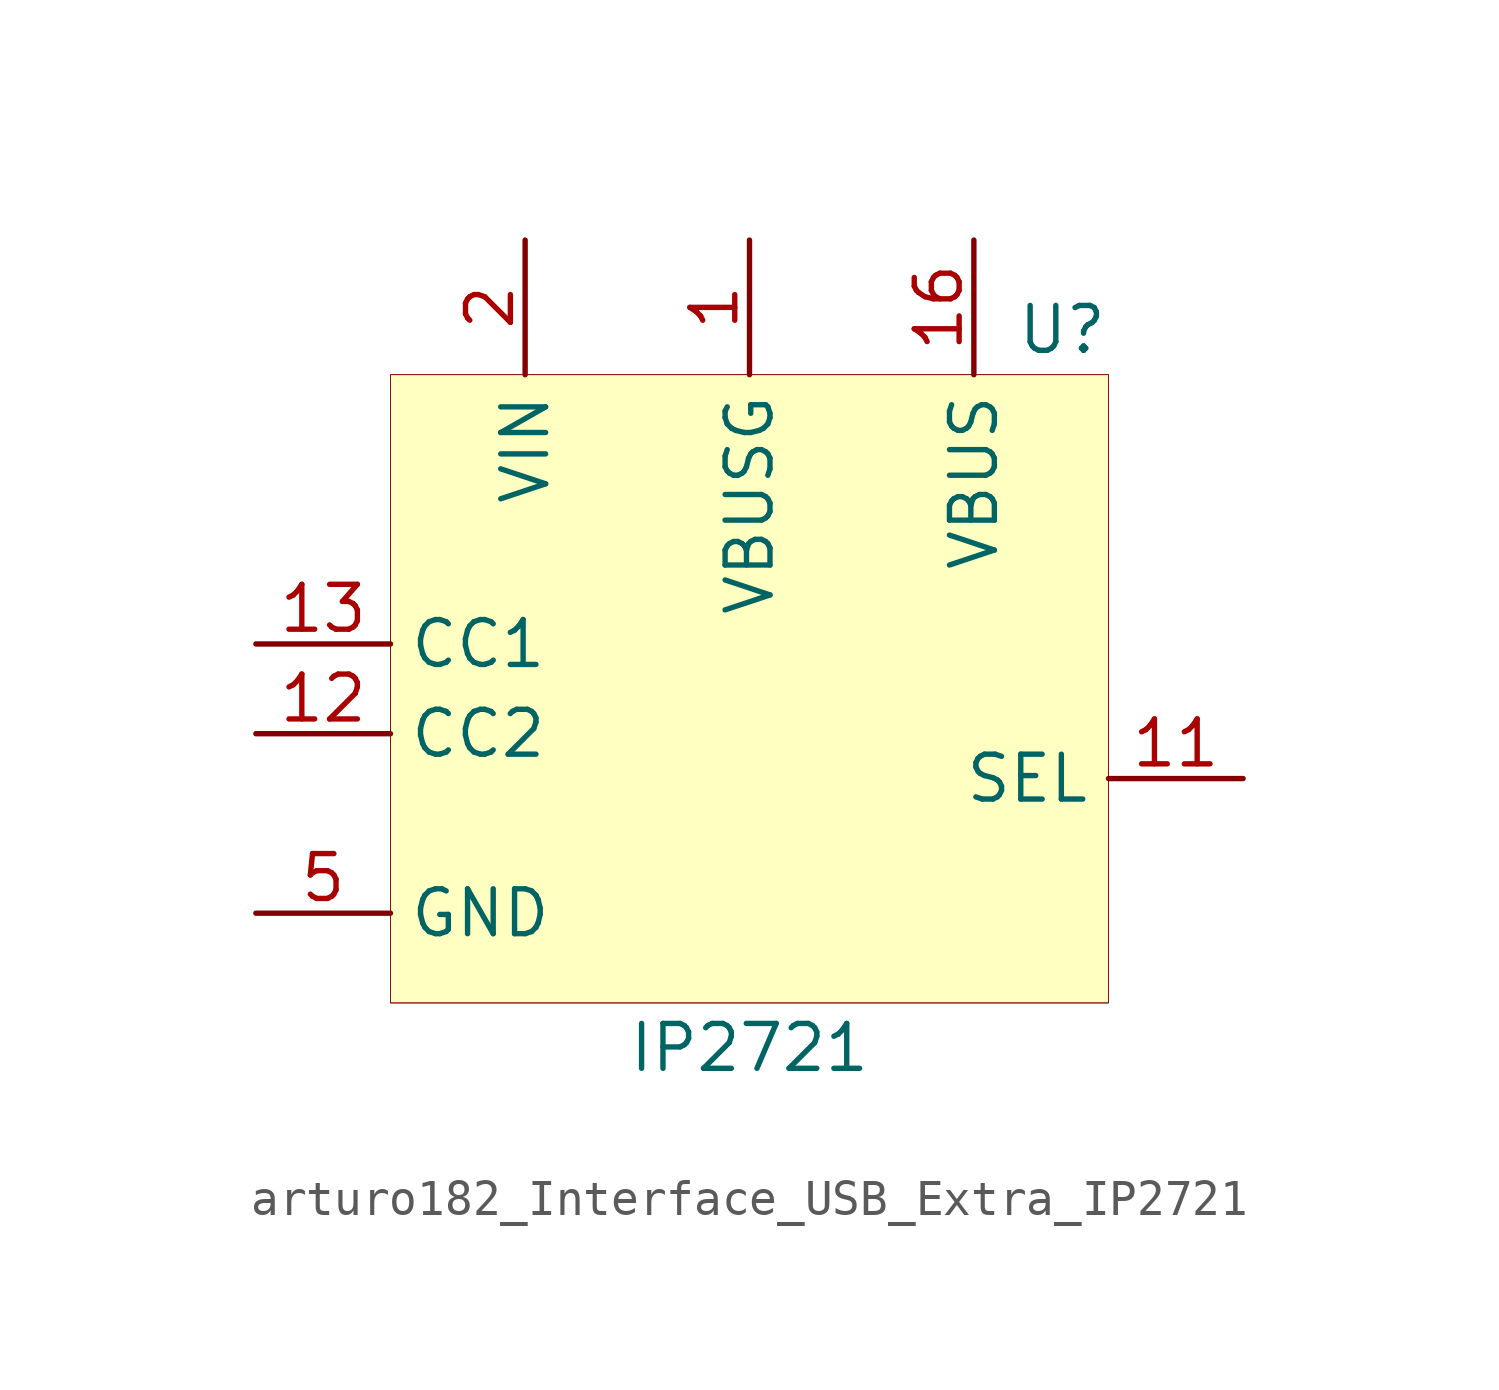
<source format=kicad_sym>
(kicad_symbol_lib
  (version 20220914)
  (generator kicad_symbol_editor)
  (symbol "arturo182_Interface_USB_Extra_IP2721"
    (property "Reference" "U"
      (at 10.16 11.43 0)
      (effects (font (size 1.27 1.27)) (justify right)))
    (property "Value" "IP2721"
      (at 0 -8.89 0)
      (effects (font (size 1.27 1.27))))
    (symbol "arturo182_Interface_USB_Extra_IP2721_0_0"
      (pin output line (at 0 13.97 270) (length 3.81) (name "VBUSG" (effects (font (size 1.27 1.27)))) (number "1" (effects (font (size 1.27 1.27)))))
      (pin no_connect line (at 0 -3.81 0) (length 3.81) hide (name "NC" (effects (font (size 1.27 1.27)))) (number "10" (effects (font (size 1.27 1.27)))))
      (pin open_collector line (at 13.97 -1.27 180) (length 3.81) (name "SEL" (effects (font (size 1.27 1.27)))) (number "11" (effects (font (size 1.27 1.27)))))
      (pin input line (at -13.97 0 0) (length 3.81) (name "CC2" (effects (font (size 1.27 1.27)))) (number "12" (effects (font (size 1.27 1.27)))))
      (pin input line (at -13.97 2.54 0) (length 3.81) (name "CC1" (effects (font (size 1.27 1.27)))) (number "13" (effects (font (size 1.27 1.27)))))
      (pin no_connect line (at 0 -1.27 0) (length 3.81) hide (name "NC" (effects (font (size 1.27 1.27)))) (number "14" (effects (font (size 1.27 1.27)))))
      (pin no_connect line (at 0 1.27 0) (length 3.81) hide (name "NC" (effects (font (size 1.27 1.27)))) (number "15" (effects (font (size 1.27 1.27)))))
      (pin power_out line (at 6.35 13.97 270) (length 3.81) (name "VBUS" (effects (font (size 1.27 1.27)))) (number "16" (effects (font (size 1.27 1.27)))))
      (pin input line (at -6.35 13.97 270) (length 3.81) (name "VIN" (effects (font (size 1.27 1.27)))) (number "2" (effects (font (size 1.27 1.27)))))
      (pin no_connect line (at 1.27 3.81 0) (length 3.81) hide (name "NC" (effects (font (size 1.27 1.27)))) (number "3" (effects (font (size 1.27 1.27)))))
      (pin no_connect line (at 8.89 1.27 0) (length 3.81) hide (name "NC" (effects (font (size 1.27 1.27)))) (number "4" (effects (font (size 1.27 1.27)))))
      (pin power_in line (at -13.97 -5.08 0) (length 3.81) (name "GND" (effects (font (size 1.27 1.27)))) (number "5" (effects (font (size 1.27 1.27)))))
      (pin no_connect line (at 8.89 -1.27 0) (length 3.81) hide (name "TST1" (effects (font (size 1.27 1.27)))) (number "6" (effects (font (size 1.27 1.27)))))
      (pin no_connect line (at 8.89 -3.81 0) (length 3.81) hide (name "TST2" (effects (font (size 1.27 1.27)))) (number "7" (effects (font (size 1.27 1.27)))))
      (pin no_connect line (at 8.89 -6.35 0) (length 3.81) hide (name "TST3" (effects (font (size 1.27 1.27)))) (number "8" (effects (font (size 1.27 1.27)))))
      (pin no_connect line (at 0 -6.35 0) (length 3.81) hide (name "NC" (effects (font (size 1.27 1.27)))) (number "9" (effects (font (size 1.27 1.27))))))
    (symbol "arturo182_Interface_USB_Extra_IP2721_0_1"
      (rectangle (start -10.16 10.16) (end 10.16 -7.62) (stroke (width 0.001) (type default)) (fill (type background)))
      (rectangle (start -10.16 10.16) (end 10.16 -7.62) (stroke (width 0.001) (type default)) (fill (type background))))))
</source>
